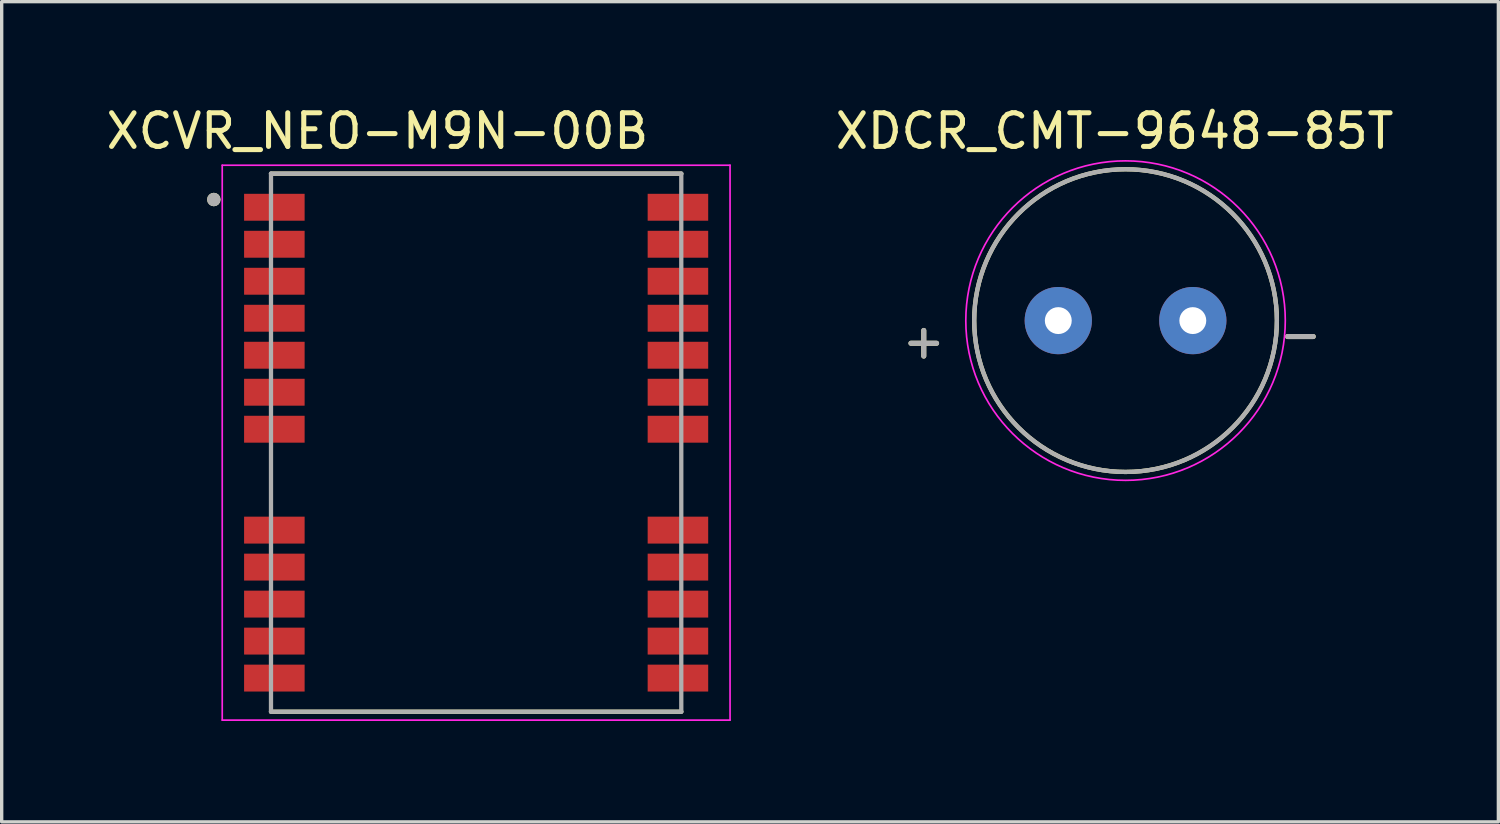
<source format=kicad_pcb>
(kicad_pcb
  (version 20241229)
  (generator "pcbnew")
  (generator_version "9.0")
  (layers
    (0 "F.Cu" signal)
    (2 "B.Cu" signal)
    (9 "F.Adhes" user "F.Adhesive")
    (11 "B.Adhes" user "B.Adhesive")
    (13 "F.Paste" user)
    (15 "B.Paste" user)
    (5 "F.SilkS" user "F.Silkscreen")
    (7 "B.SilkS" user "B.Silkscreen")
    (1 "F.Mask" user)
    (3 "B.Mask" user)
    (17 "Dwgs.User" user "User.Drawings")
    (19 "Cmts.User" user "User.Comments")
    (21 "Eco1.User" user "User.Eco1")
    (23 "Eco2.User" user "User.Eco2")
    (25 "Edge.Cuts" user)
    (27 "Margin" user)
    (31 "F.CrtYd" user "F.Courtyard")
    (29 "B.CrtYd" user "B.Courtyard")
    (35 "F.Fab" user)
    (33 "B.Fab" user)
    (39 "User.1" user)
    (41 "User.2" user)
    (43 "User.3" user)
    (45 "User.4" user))
  (footprint "XCVR_NEO-M9N-00B"
    (layer "F.Cu")
    (at 11.108 10.113)
    (property "Reference" "XCVR_NEO-M9N-00B" (at -2.935 -9.265 0) (layer "F.SilkS") (effects (font (size 1 1) (thickness 0.15))))
    (attr smd)
    (fp_line (start -6.1 -8) (end 6.1 -8) (stroke (width 0.127) (type solid)) (layer "F.SilkS"))
    (fp_line (start 6.1 8) (end -6.1 8) (stroke (width 0.127) (type solid)) (layer "F.SilkS"))
    (fp_circle (center -7.8 -7.23) (end -7.7 -7.23) (stroke (width 0.2) (type solid)) (fill no) (layer "F.SilkS"))
    (fp_poly (pts (xy -7.3 -7.4) (xy -6.1 -7.4) (xy -6.1 -7.3) (xy -5.2 -7.3) (xy -5.2 -6.7) (xy -6.1 -6.7) (xy -6.1 -6.6) (xy -7.3 -6.6)) (stroke (width 0.01) (type solid)) (fill yes) (layer "F.Paste"))
    (fp_poly (pts (xy -7.3 -6.3) (xy -6.1 -6.3) (xy -6.1 -6.2) (xy -5.2 -6.2) (xy -5.2 -5.6) (xy -6.1 -5.6) (xy -6.1 -5.5) (xy -7.3 -5.5)) (stroke (width 0.01) (type solid)) (fill yes) (layer "F.Paste"))
    (fp_poly (pts (xy -7.3 -5.2) (xy -6.1 -5.2) (xy -6.1 -5.1) (xy -5.2 -5.1) (xy -5.2 -4.5) (xy -6.1 -4.5) (xy -6.1 -4.4) (xy -7.3 -4.4)) (stroke (width 0.01) (type solid)) (fill yes) (layer "F.Paste"))
    (fp_poly (pts (xy -7.3 -4.1) (xy -6.1 -4.1) (xy -6.1 -4) (xy -5.2 -4) (xy -5.2 -3.4) (xy -6.1 -3.4) (xy -6.1 -3.3) (xy -7.3 -3.3)) (stroke (width 0.01) (type solid)) (fill yes) (layer "F.Paste"))
    (fp_poly (pts (xy -7.3 -3) (xy -6.1 -3) (xy -6.1 -2.9) (xy -5.2 -2.9) (xy -5.2 -2.3) (xy -6.1 -2.3) (xy -6.1 -2.2) (xy -7.3 -2.2)) (stroke (width 0.01) (type solid)) (fill yes) (layer "F.Paste"))
    (fp_poly (pts (xy -7.3 -1.9) (xy -6.1 -1.9) (xy -6.1 -1.8) (xy -5.2 -1.8) (xy -5.2 -1.2) (xy -6.1 -1.2) (xy -6.1 -1.1) (xy -7.3 -1.1)) (stroke (width 0.01) (type solid)) (fill yes) (layer "F.Paste"))
    (fp_poly (pts (xy -7.3 -0.8) (xy -6.1 -0.8) (xy -6.1 -0.7) (xy -5.2 -0.7) (xy -5.2 -0.1) (xy -6.1 -0.1) (xy -6.1 0) (xy -7.3 0)) (stroke (width 0.01) (type solid)) (fill yes) (layer "F.Paste"))
    (fp_poly (pts (xy -7.3 2.2) (xy -6.1 2.2) (xy -6.1 2.3) (xy -5.2 2.3) (xy -5.2 2.9) (xy -6.1 2.9) (xy -6.1 3) (xy -7.3 3)) (stroke (width 0.01) (type solid)) (fill yes) (layer "F.Paste"))
    (fp_poly (pts (xy -7.3 3.3) (xy -6.1 3.3) (xy -6.1 3.4) (xy -5.2 3.4) (xy -5.2 4) (xy -6.1 4) (xy -6.1 4.1) (xy -7.3 4.1)) (stroke (width 0.01) (type solid)) (fill yes) (layer "F.Paste"))
    (fp_poly (pts (xy -7.3 4.4) (xy -6.1 4.4) (xy -6.1 4.5) (xy -5.2 4.5) (xy -5.2 5.1) (xy -6.1 5.1) (xy -6.1 5.2) (xy -7.3 5.2)) (stroke (width 0.01) (type solid)) (fill yes) (layer "F.Paste"))
    (fp_poly (pts (xy -7.3 5.5) (xy -6.1 5.5) (xy -6.1 5.6) (xy -5.2 5.6) (xy -5.2 6.2) (xy -6.1 6.2) (xy -6.1 6.3) (xy -7.3 6.3)) (stroke (width 0.01) (type solid)) (fill yes) (layer "F.Paste"))
    (fp_poly (pts (xy -7.3 6.6) (xy -6.1 6.6) (xy -6.1 6.7) (xy -5.2 6.7) (xy -5.2 7.3) (xy -6.1 7.3) (xy -6.1 7.4) (xy -7.3 7.4)) (stroke (width 0.01) (type solid)) (fill yes) (layer "F.Paste"))
    (fp_poly (pts (xy 5.2 -7.3) (xy 6.1 -7.3) (xy 6.1 -7.4) (xy 7.3 -7.4) (xy 7.3 -6.6) (xy 6.1 -6.6) (xy 6.1 -6.7) (xy 5.2 -6.7)) (stroke (width 0.01) (type solid)) (fill yes) (layer "F.Paste"))
    (fp_poly (pts (xy 5.2 -6.2) (xy 6.1 -6.2) (xy 6.1 -6.3) (xy 7.3 -6.3) (xy 7.3 -5.5) (xy 6.1 -5.5) (xy 6.1 -5.6) (xy 5.2 -5.6)) (stroke (width 0.01) (type solid)) (fill yes) (layer "F.Paste"))
    (fp_poly (pts (xy 5.2 -5.1) (xy 6.1 -5.1) (xy 6.1 -5.2) (xy 7.3 -5.2) (xy 7.3 -4.4) (xy 6.1 -4.4) (xy 6.1 -4.5) (xy 5.2 -4.5)) (stroke (width 0.01) (type solid)) (fill yes) (layer "F.Paste"))
    (fp_poly (pts (xy 5.2 -4) (xy 6.1 -4) (xy 6.1 -4.1) (xy 7.3 -4.1) (xy 7.3 -3.3) (xy 6.1 -3.3) (xy 6.1 -3.4) (xy 5.2 -3.4)) (stroke (width 0.01) (type solid)) (fill yes) (layer "F.Paste"))
    (fp_poly (pts (xy 5.2 -2.9) (xy 6.1 -2.9) (xy 6.1 -3) (xy 7.3 -3) (xy 7.3 -2.2) (xy 6.1 -2.2) (xy 6.1 -2.3) (xy 5.2 -2.3)) (stroke (width 0.01) (type solid)) (fill yes) (layer "F.Paste"))
    (fp_poly (pts (xy 5.2 -1.8) (xy 6.1 -1.8) (xy 6.1 -1.9) (xy 7.3 -1.9) (xy 7.3 -1.1) (xy 6.1 -1.1) (xy 6.1 -1.2) (xy 5.2 -1.2)) (stroke (width 0.01) (type solid)) (fill yes) (layer "F.Paste"))
    (fp_poly (pts (xy 5.2 -0.7) (xy 6.1 -0.7) (xy 6.1 -0.8) (xy 7.3 -0.8) (xy 7.3 0) (xy 6.1 0) (xy 6.1 -0.1) (xy 5.2 -0.1)) (stroke (width 0.01) (type solid)) (fill yes) (layer "F.Paste"))
    (fp_poly (pts (xy 5.2 2.3) (xy 6.1 2.3) (xy 6.1 2.2) (xy 7.3 2.2) (xy 7.3 3) (xy 6.1 3) (xy 6.1 2.9) (xy 5.2 2.9)) (stroke (width 0.01) (type solid)) (fill yes) (layer "F.Paste"))
    (fp_poly (pts (xy 5.2 3.4) (xy 6.1 3.4) (xy 6.1 3.3) (xy 7.3 3.3) (xy 7.3 4.1) (xy 6.1 4.1) (xy 6.1 4) (xy 5.2 4)) (stroke (width 0.01) (type solid)) (fill yes) (layer "F.Paste"))
    (fp_poly (pts (xy 5.2 4.5) (xy 6.1 4.5) (xy 6.1 4.4) (xy 7.3 4.4) (xy 7.3 5.2) (xy 6.1 5.2) (xy 6.1 5.1) (xy 5.2 5.1)) (stroke (width 0.01) (type solid)) (fill yes) (layer "F.Paste"))
    (fp_poly (pts (xy 5.2 5.6) (xy 6.1 5.6) (xy 6.1 5.5) (xy 7.3 5.5) (xy 7.3 6.3) (xy 6.1 6.3) (xy 6.1 6.2) (xy 5.2 6.2)) (stroke (width 0.01) (type solid)) (fill yes) (layer "F.Paste"))
    (fp_poly (pts (xy 5.2 6.7) (xy 6.1 6.7) (xy 6.1 6.6) (xy 7.3 6.6) (xy 7.3 7.4) (xy 6.1 7.4) (xy 6.1 7.3) (xy 5.2 7.3)) (stroke (width 0.01) (type solid)) (fill yes) (layer "F.Paste"))
    (fp_line (start -7.55 -8.25) (end 7.55 -8.25) (stroke (width 0.05) (type solid)) (layer "F.CrtYd"))
    (fp_line (start -7.55 8.25) (end -7.55 -8.25) (stroke (width 0.05) (type solid)) (layer "F.CrtYd"))
    (fp_line (start 7.55 -8.25) (end 7.55 8.25) (stroke (width 0.05) (type solid)) (layer "F.CrtYd"))
    (fp_line (start 7.55 8.25) (end -7.55 8.25) (stroke (width 0.05) (type solid)) (layer "F.CrtYd"))
    (fp_line (start -6.1 -8) (end -6.1 8) (stroke (width 0.127) (type solid)) (layer "F.Fab"))
    (fp_line (start 6.1 -8) (end -6.1 -8) (stroke (width 0.127) (type solid)) (layer "F.Fab"))
    (fp_line (start 6.1 8) (end -6.1 8) (stroke (width 0.127) (type solid)) (layer "F.Fab"))
    (fp_line (start 6.1 8) (end 6.1 -8) (stroke (width 0.127) (type solid)) (layer "F.Fab"))
    (fp_circle (center -7.8 -7.23) (end -7.7 -7.23) (stroke (width 0.2) (type solid)) (fill no) (layer "F.Fab"))
    (pad "1" smd rect (at -6 -7) (size 1.8 0.8) (layers "F.Cu" "F.Mask"))
    (pad "2" smd rect (at -6 -5.9) (size 1.8 0.8) (layers "F.Cu" "F.Mask"))
    (pad "3" smd rect (at -6 -4.8) (size 1.8 0.8) (layers "F.Cu" "F.Mask"))
    (pad "4" smd rect (at -6 -3.7) (size 1.8 0.8) (layers "F.Cu" "F.Mask"))
    (pad "5" smd rect (at -6 -2.6) (size 1.8 0.8) (layers "F.Cu" "F.Mask"))
    (pad "6" smd rect (at -6 -1.5) (size 1.8 0.8) (layers "F.Cu" "F.Mask"))
    (pad "7" smd rect (at -6 -0.4) (size 1.8 0.8) (layers "F.Cu" "F.Mask"))
    (pad "8" smd rect (at -6 2.6) (size 1.8 0.8) (layers "F.Cu" "F.Mask"))
    (pad "9" smd rect (at -6 3.7) (size 1.8 0.8) (layers "F.Cu" "F.Mask"))
    (pad "10" smd rect (at -6 4.8) (size 1.8 0.8) (layers "F.Cu" "F.Mask"))
    (pad "11" smd rect (at -6 5.9) (size 1.8 0.8) (layers "F.Cu" "F.Mask"))
    (pad "12" smd rect (at -6 7) (size 1.8 0.8) (layers "F.Cu" "F.Mask"))
    (pad "13" smd rect (at 6 7) (size 1.8 0.8) (layers "F.Cu" "F.Mask"))
    (pad "14" smd rect (at 6 5.9) (size 1.8 0.8) (layers "F.Cu" "F.Mask"))
    (pad "15" smd rect (at 6 4.8) (size 1.8 0.8) (layers "F.Cu" "F.Mask"))
    (pad "16" smd rect (at 6 3.7) (size 1.8 0.8) (layers "F.Cu" "F.Mask"))
    (pad "17" smd rect (at 6 2.6) (size 1.8 0.8) (layers "F.Cu" "F.Mask"))
    (pad "18" smd rect (at 6 -0.4) (size 1.8 0.8) (layers "F.Cu" "F.Mask"))
    (pad "19" smd rect (at 6 -1.5) (size 1.8 0.8) (layers "F.Cu" "F.Mask"))
    (pad "20" smd rect (at 6 -2.6) (size 1.8 0.8) (layers "F.Cu" "F.Mask"))
    (pad "21" smd rect (at 6 -3.7) (size 1.8 0.8) (layers "F.Cu" "F.Mask"))
    (pad "22" smd rect (at 6 -4.8) (size 1.8 0.8) (layers "F.Cu" "F.Mask"))
    (pad "23" smd rect (at 6 -5.9) (size 1.8 0.8) (layers "F.Cu" "F.Mask"))
    (pad "24" smd rect (at 6 -7) (size 1.8 0.8) (layers "F.Cu" "F.Mask")))
  (footprint "XDCR_CMT-9648-85T"
    (layer "F.Cu")
    (at 30.418 6.483)
    (property "Reference" "XDCR_CMT-9648-85T" (at -0.325 -5.635 0) (layer "F.SilkS") (effects (font (size 1 1) (thickness 0.15))))
    (attr through_hole)
    (fp_circle (center 0 0) (end 4.5 0) (stroke (width 0.127) (type solid)) (fill no) (layer "F.SilkS"))
    (fp_circle (center 0 0) (end 4.75 0) (stroke (width 0.05) (type solid)) (fill no) (layer "F.CrtYd"))
    (fp_circle (center 0 0) (end 4.5 0) (stroke (width 0.127) (type solid)) (fill no) (layer "F.Fab"))
    (fp_text user "-" (at 5.2 0.4 0) (layer "F.SilkS") (effects (font (size 1 1) (thickness 0.15))))
    (fp_text user "+" (at -6 0.6 0) (layer "F.SilkS") (effects (font (size 1 1) (thickness 0.15))))
    (fp_text user "+" (at -6 0.6 0) (layer "F.Fab") (effects (font (size 1 1) (thickness 0.15))))
    (fp_text user "-" (at 5.2 0.4 0) (layer "F.Fab") (effects (font (size 1 1) (thickness 0.15))))
    (pad "N" thru_hole circle (at 2 0) (size 2 2) (drill 0.8) (layers "*.Cu" "*.Mask"))
    (pad "P" thru_hole circle (at -2 0) (size 2 2) (drill 0.8) (layers "*.Cu" "*.Mask")))
  (gr_rect
    (start -3 -3)
    (end 41.504 21.388)
    (stroke (width 0.1) (type default))
    (fill no)
    (layer "Edge.Cuts")))
</source>
